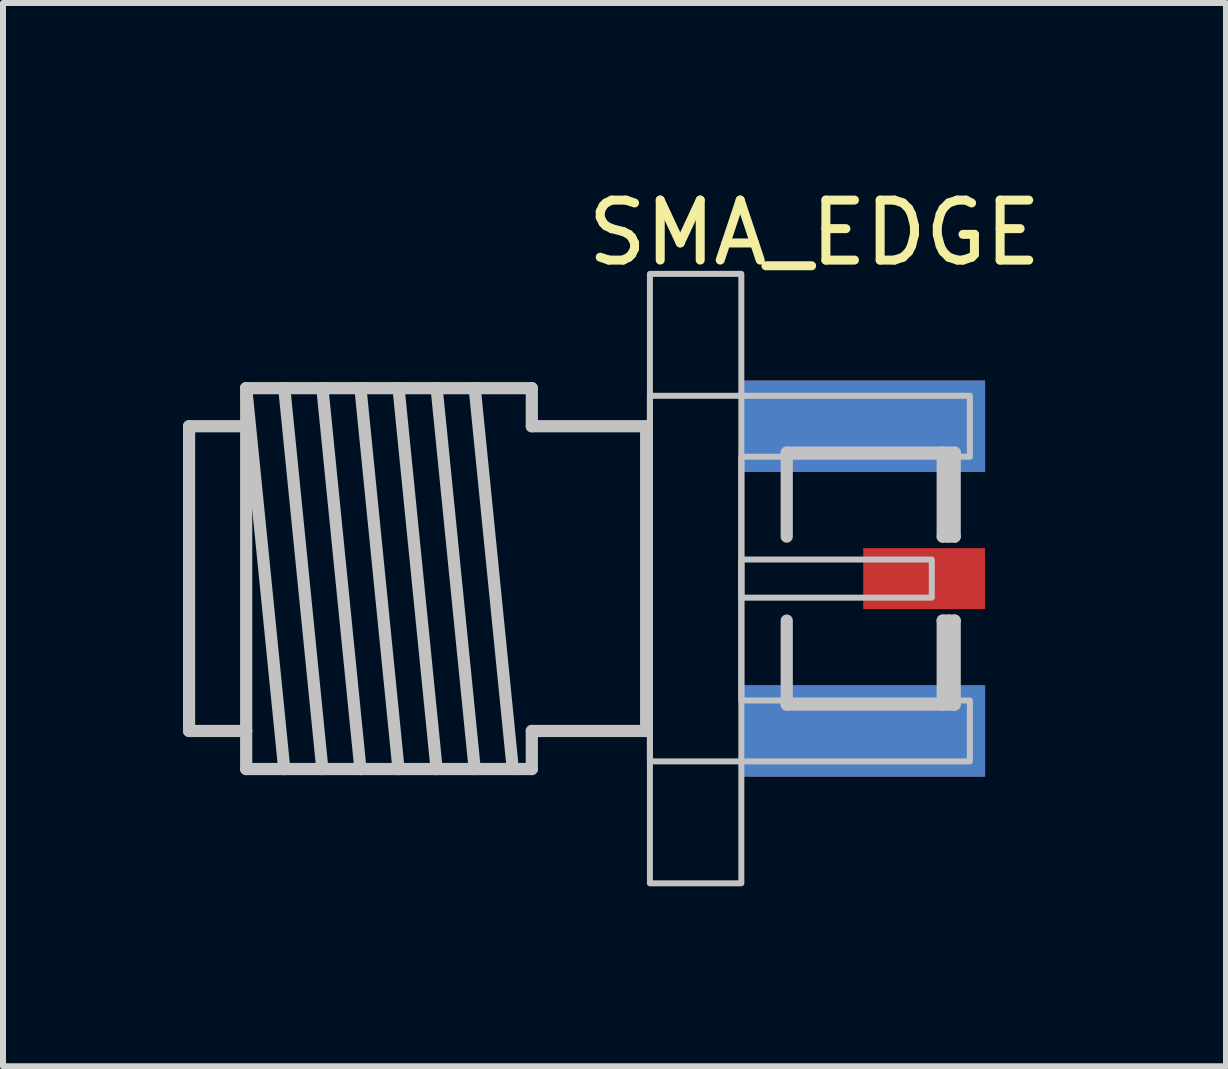
<source format=kicad_pcb>
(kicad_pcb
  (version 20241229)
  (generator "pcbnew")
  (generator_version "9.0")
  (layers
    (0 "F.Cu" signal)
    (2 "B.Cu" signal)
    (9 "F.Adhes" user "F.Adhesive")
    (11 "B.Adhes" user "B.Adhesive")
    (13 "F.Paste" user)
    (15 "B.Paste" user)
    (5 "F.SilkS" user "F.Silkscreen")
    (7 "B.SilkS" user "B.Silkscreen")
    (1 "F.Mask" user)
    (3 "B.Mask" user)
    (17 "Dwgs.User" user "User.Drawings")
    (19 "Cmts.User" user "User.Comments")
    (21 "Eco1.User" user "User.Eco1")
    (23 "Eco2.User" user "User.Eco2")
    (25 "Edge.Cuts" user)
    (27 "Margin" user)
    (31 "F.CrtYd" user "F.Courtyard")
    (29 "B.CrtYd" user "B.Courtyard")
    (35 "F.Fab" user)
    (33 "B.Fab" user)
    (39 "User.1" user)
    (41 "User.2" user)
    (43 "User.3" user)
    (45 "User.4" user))
  (footprint "SMA_EDGE"
    (layer "F.Cu")
    (at 9.309 6.596)
    (property "Reference" "SMA_EDGE" (at 5.08 -6.35 0) (layer "F.SilkS") (effects (font (size 1 1) (thickness 0.15)) (justify right top)))
    (attr through_hole)
    (fp_poly (pts (xy 0.889 -0.938) (xy 3.226 -0.938) (xy 3.226 -1.853) (xy 0.889 -1.853)) (stroke (width 0) (type solid)) (fill yes) (layer "F.Mask"))
    (fp_poly (pts (xy 0.889 1.853) (xy 3.226 1.853) (xy 3.226 0.938) (xy 0.889 0.938)) (stroke (width 0) (type solid)) (fill yes) (layer "F.Mask"))
    (fp_poly (pts (xy 0.991 -0.989) (xy 3.124 -0.989) (xy 3.124 -1.802) (xy 0.991 -1.802)) (stroke (width 0) (type solid)) (fill yes) (layer "F.Paste"))
    (fp_poly (pts (xy 0.991 1.802) (xy 3.124 1.802) (xy 3.124 0.989) (xy 0.991 0.989)) (stroke (width 0) (type solid)) (fill yes) (layer "F.Paste"))
    (fp_poly (pts (xy 3.2 0.483) (xy 3.962 0.483) (xy 3.962 -0.483) (xy 3.2 -0.483)) (stroke (width 0) (type solid)) (fill yes) (layer "F.Paste"))
    (fp_line (start -9.207 -2.54) (end -8.255 -2.54) (stroke (width 0.203) (type solid)) (layer "Dwgs.User"))
    (fp_line (start -9.207 2.54) (end -9.207 -2.54) (stroke (width 0.203) (type solid)) (layer "Dwgs.User"))
    (fp_line (start -8.255 -3.175) (end -7.62 -3.175) (stroke (width 0.203) (type solid)) (layer "Dwgs.User"))
    (fp_line (start -8.255 -3.175) (end -7.62 3.175) (stroke (width 0.203) (type solid)) (layer "Dwgs.User"))
    (fp_line (start -8.255 -2.54) (end -8.255 -3.175) (stroke (width 0.203) (type solid)) (layer "Dwgs.User"))
    (fp_line (start -8.255 -2.54) (end -8.255 2.54) (stroke (width 0.203) (type solid)) (layer "Dwgs.User"))
    (fp_line (start -8.255 2.54) (end -9.207 2.54) (stroke (width 0.203) (type solid)) (layer "Dwgs.User"))
    (fp_line (start -8.255 3.175) (end -8.255 2.54) (stroke (width 0.203) (type solid)) (layer "Dwgs.User"))
    (fp_line (start -7.62 -3.175) (end -6.985 -3.175) (stroke (width 0.203) (type solid)) (layer "Dwgs.User"))
    (fp_line (start -7.62 -3.175) (end -6.985 3.175) (stroke (width 0.203) (type solid)) (layer "Dwgs.User"))
    (fp_line (start -7.62 3.175) (end -8.255 3.175) (stroke (width 0.203) (type solid)) (layer "Dwgs.User"))
    (fp_line (start -6.985 -3.175) (end -6.35 -3.175) (stroke (width 0.203) (type solid)) (layer "Dwgs.User"))
    (fp_line (start -6.985 -3.175) (end -6.35 3.175) (stroke (width 0.203) (type solid)) (layer "Dwgs.User"))
    (fp_line (start -6.985 3.175) (end -7.62 3.175) (stroke (width 0.203) (type solid)) (layer "Dwgs.User"))
    (fp_line (start -6.35 -3.175) (end -5.715 -3.175) (stroke (width 0.203) (type solid)) (layer "Dwgs.User"))
    (fp_line (start -6.35 -3.175) (end -5.715 3.175) (stroke (width 0.203) (type solid)) (layer "Dwgs.User"))
    (fp_line (start -6.35 3.175) (end -6.985 3.175) (stroke (width 0.203) (type solid)) (layer "Dwgs.User"))
    (fp_line (start -5.715 -3.175) (end -5.08 -3.175) (stroke (width 0.203) (type solid)) (layer "Dwgs.User"))
    (fp_line (start -5.715 -3.175) (end -5.08 3.175) (stroke (width 0.203) (type solid)) (layer "Dwgs.User"))
    (fp_line (start -5.715 3.175) (end -6.35 3.175) (stroke (width 0.203) (type solid)) (layer "Dwgs.User"))
    (fp_line (start -5.08 -3.175) (end -4.445 -3.175) (stroke (width 0.203) (type solid)) (layer "Dwgs.User"))
    (fp_line (start -5.08 -3.175) (end -4.445 3.175) (stroke (width 0.203) (type solid)) (layer "Dwgs.User"))
    (fp_line (start -5.08 3.175) (end -5.715 3.175) (stroke (width 0.203) (type solid)) (layer "Dwgs.User"))
    (fp_line (start -4.445 -3.175) (end -3.81 3.175) (stroke (width 0.203) (type solid)) (layer "Dwgs.User"))
    (fp_line (start -4.445 -3.175) (end -3.493 -3.175) (stroke (width 0.203) (type solid)) (layer "Dwgs.User"))
    (fp_line (start -4.445 3.175) (end -5.08 3.175) (stroke (width 0.203) (type solid)) (layer "Dwgs.User"))
    (fp_line (start -3.493 -3.175) (end -3.493 -2.54) (stroke (width 0.203) (type solid)) (layer "Dwgs.User"))
    (fp_line (start -3.493 -2.54) (end -1.587 -2.54) (stroke (width 0.203) (type solid)) (layer "Dwgs.User"))
    (fp_line (start -3.493 2.54) (end -3.493 3.175) (stroke (width 0.203) (type solid)) (layer "Dwgs.User"))
    (fp_line (start -3.493 3.175) (end -4.445 3.175) (stroke (width 0.203) (type solid)) (layer "Dwgs.User"))
    (fp_line (start -1.587 -2.54) (end -1.587 2.54) (stroke (width 0.203) (type solid)) (layer "Dwgs.User"))
    (fp_line (start -1.587 2.54) (end -3.493 2.54) (stroke (width 0.203) (type solid)) (layer "Dwgs.User"))
    (fp_line (start 0.757 -0.7) (end 0.757 -2.1) (stroke (width 0.203) (type solid)) (layer "Dwgs.User"))
    (fp_line (start 0.757 2.1) (end 0.757 0.7) (stroke (width 0.203) (type solid)) (layer "Dwgs.User"))
    (fp_line (start 0.757 2.1) (end 3.357 2.1) (stroke (width 0.203) (type solid)) (layer "Dwgs.User"))
    (fp_line (start 3.357 -2.1) (end 0.757 -2.1) (stroke (width 0.203) (type solid)) (layer "Dwgs.User"))
    (fp_line (start 3.357 -0.7) (end 3.357 -2.1) (stroke (width 0.203) (type solid)) (layer "Dwgs.User"))
    (fp_line (start 3.357 2.1) (end 3.357 0.7) (stroke (width 0.203) (type solid)) (layer "Dwgs.User"))
    (fp_line (start 3.457 -0.7) (end 3.457 -2) (stroke (width 0.203) (type solid)) (layer "Dwgs.User"))
    (fp_line (start 3.457 2) (end 3.457 0.7) (stroke (width 0.203) (type solid)) (layer "Dwgs.User"))
    (fp_line (start 3.557 -2.1) (end 3.357 -2.1) (stroke (width 0.203) (type solid)) (layer "Dwgs.User"))
    (fp_line (start 3.557 -0.7) (end 3.357 -0.7) (stroke (width 0.203) (type solid)) (layer "Dwgs.User"))
    (fp_line (start 3.557 -0.7) (end 3.557 -2.1) (stroke (width 0.203) (type solid)) (layer "Dwgs.User"))
    (fp_line (start 3.557 0.7) (end 3.357 0.7) (stroke (width 0.203) (type solid)) (layer "Dwgs.User"))
    (fp_line (start 3.557 2.1) (end 3.357 2.1) (stroke (width 0.203) (type solid)) (layer "Dwgs.User"))
    (fp_line (start 3.557 2.1) (end 3.557 0.7) (stroke (width 0.203) (type solid)) (layer "Dwgs.User"))
    (fp_poly (pts (xy -1.524 -5.08) (xy 0 -5.08) (xy 0 5.08) (xy -1.524 5.08)) (stroke (width 0.1) (type solid)) (fill no) (layer "Dwgs.User"))
    (fp_poly (pts (xy 0 0.318) (xy 3.175 0.318) (xy 3.175 -0.318) (xy 0 -0.318)) (stroke (width 0.1) (type solid)) (fill no) (layer "Dwgs.User"))
    (fp_poly (pts (xy -1.524 -3.048) (xy 3.81 -3.048) (xy 3.81 -2.032) (xy 0 -2.032) (xy 0 2.032) (xy 3.81 2.032) (xy 3.81 3.048) (xy -1.524 3.048)) (stroke (width 0.1) (type solid)) (fill no) (layer "Dwgs.User"))
    (pad "1" smd rect (at 3.048 0 90) (size 1.016 2.032) (layers "F.Cu" "F.Mask" "F.Paste"))
    (pad "2" smd rect (at 2.032 -2.54 90) (size 1.524 4.064) (layers "F.Cu" "F.Mask" "F.Paste"))
    (pad "2" smd rect (at 2.032 -2.54 90) (size 1.524 4.064) (layers "B.Cu" "B.Mask" "B.Paste"))
    (pad "2" smd rect (at 2.032 2.54 90) (size 1.524 4.064) (layers "F.Cu" "F.Mask" "F.Paste"))
    (pad "2" smd rect (at 2.032 2.54 90) (size 1.524 4.064) (layers "B.Cu" "B.Mask" "B.Paste")))
  (gr_rect
    (start -3 -3)
    (end 17.389 14.726)
    (stroke (width 0.1) (type default))
    (fill no)
    (layer "Edge.Cuts")))
</source>
